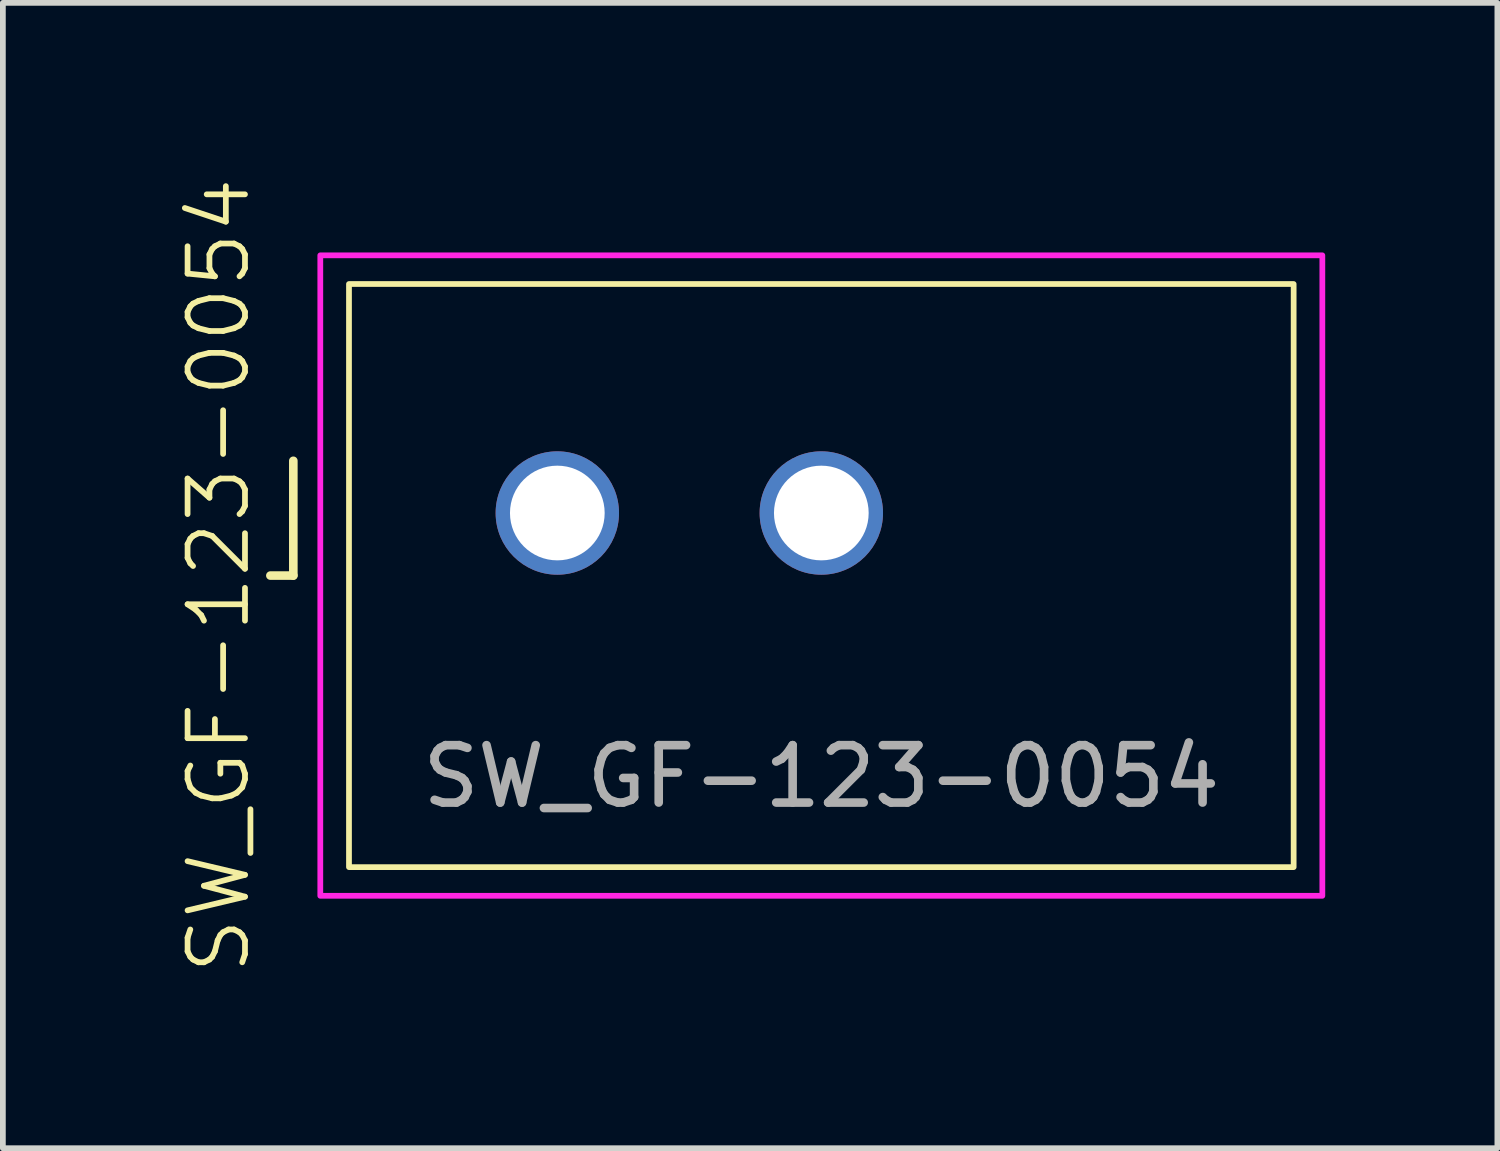
<source format=kicad_pcb>
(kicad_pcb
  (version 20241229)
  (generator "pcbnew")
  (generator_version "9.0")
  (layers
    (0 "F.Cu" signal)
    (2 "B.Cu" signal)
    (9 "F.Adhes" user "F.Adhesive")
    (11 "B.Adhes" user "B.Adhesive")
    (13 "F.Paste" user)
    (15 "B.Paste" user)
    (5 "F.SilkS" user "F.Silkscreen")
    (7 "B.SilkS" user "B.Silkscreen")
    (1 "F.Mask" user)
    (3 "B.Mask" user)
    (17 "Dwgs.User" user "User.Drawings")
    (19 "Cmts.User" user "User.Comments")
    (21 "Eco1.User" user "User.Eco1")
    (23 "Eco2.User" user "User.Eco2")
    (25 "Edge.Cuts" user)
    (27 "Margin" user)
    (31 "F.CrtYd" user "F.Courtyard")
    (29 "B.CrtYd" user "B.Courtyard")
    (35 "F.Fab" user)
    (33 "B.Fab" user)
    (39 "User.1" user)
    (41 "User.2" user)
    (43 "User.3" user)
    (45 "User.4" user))
  (footprint "SW_GF-123-0054"
    (layer "F.Cu")
    (at 11.261 6.979)
    (property "Reference" "SW_GF-123-0054" (at -10.5 0 90) (unlocked yes) (layer "F.SilkS") (effects (font (size 1 1) (thickness 0.1))))
    (attr through_hole)
    (fp_line (start -9.2 -2) (end -9.2 0) (stroke (width 0.15) (type default)) (layer "F.SilkS"))
    (fp_line (start -9.2 0) (end -9.6 0) (stroke (width 0.15) (type default)) (layer "F.SilkS"))
    (fp_rect (start -8.23 -5.08) (end 8.23 5.08) (stroke (width 0.1) (type default)) (fill no) (layer "F.SilkS"))
    (fp_rect (start -8.73 -5.58) (end 8.73 5.58) (stroke (width 0.1) (type default)) (fill no) (layer "F.CrtYd"))
    (fp_text user "${REFERENCE}" (at 0 3.5 0) (unlocked yes) (layer "F.Fab") (effects (font (size 1 1) (thickness 0.15))))
    (pad "1" thru_hole circle (at -4.6 -1.09) (size 2.15 2.15) (drill 1.65) (layers "*.Cu" "*.Mask"))
    (pad "2" thru_hole circle (at 0 -1.09) (size 2.15 2.15) (drill 1.65) (layers "*.Cu" "*.Mask")))
  (gr_rect
    (start -3 -3)
    (end 23.041 16.957)
    (stroke (width 0.1) (type default))
    (fill no)
    (layer "Edge.Cuts")))
</source>
